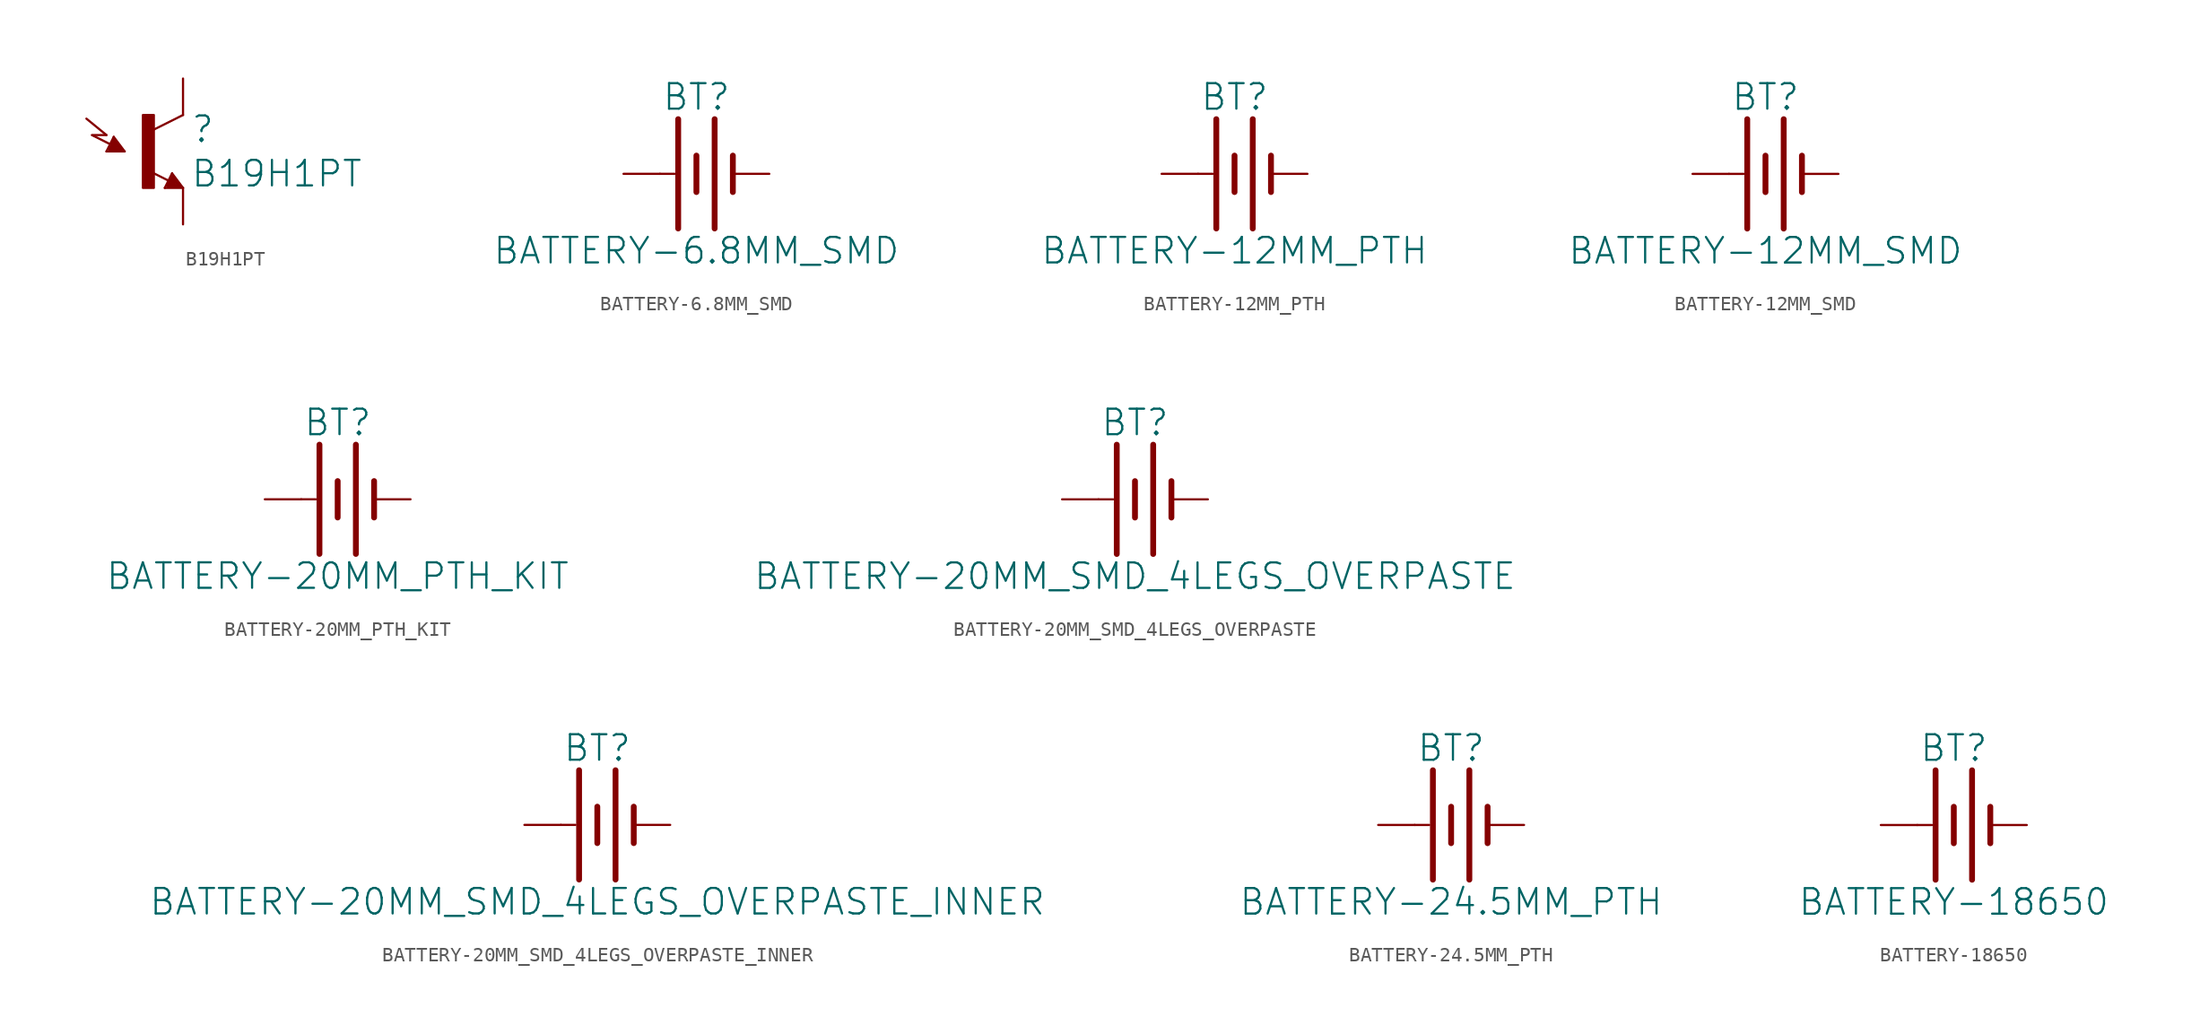
<source format=kicad_sym>
(kicad_symbol_lib
  (version 20211014)
  (generator kicad_symbol_editor)
  (symbol "B19H1PT"
    (property "Reference" ""
      (at 3.048 0.508 0)
      (effects (font (size 1.778 1.778)) (justify left bottom)))
    (property "Value" "B19H1PT"
      (at 3.048 -0.508 0)
      (effects (font (size 1.778 1.778)) (justify left top)))
    (property "ki_locked" ""
      (at 0 0 0)
      (effects (font (size 1.27 1.27))))
    (symbol "B19H1PT_1_0"
      (rectangle (start -0.254 -2.54) (end 0.508 2.54) (stroke (width 0) (type default) (color 0 0 0 0)) (fill (type outline)))
      (polyline (pts (xy -3.81 1.143) (xy -2.794 1.143)) (stroke (width 0.152) (type default) (color 0 0 0 0)) (fill (type none)))
      (polyline (pts (xy -2.794 0) (xy -2.286 1.016)) (stroke (width 0.152) (type default) (color 0 0 0 0)) (fill (type none)))
      (polyline (pts (xy -2.794 1.143) (xy -4.191 2.286)) (stroke (width 0.152) (type default) (color 0 0 0 0)) (fill (type none)))
      (polyline (pts (xy -2.54 0.127) (xy -1.778 0.127)) (stroke (width 0.254) (type default) (color 0 0 0 0)) (fill (type none)))
      (polyline (pts (xy -2.54 0.254) (xy -2.159 0.254)) (stroke (width 0.254) (type default) (color 0 0 0 0)) (fill (type none)))
      (polyline (pts (xy -2.524 0.5) (xy -3.756 1.116)) (stroke (width 0.152) (type default) (color 0 0 0 0)) (fill (type none)))
      (polyline (pts (xy -2.286 0.762) (xy -2.54 0.254)) (stroke (width 0.254) (type default) (color 0 0 0 0)) (fill (type none)))
      (polyline (pts (xy -2.286 1.016) (xy -1.524 0)) (stroke (width 0.152) (type default) (color 0 0 0 0)) (fill (type none)))
      (polyline (pts (xy -2.159 0.254) (xy -2.286 0.508)) (stroke (width 0.254) (type default) (color 0 0 0 0)) (fill (type none)))
      (polyline (pts (xy -1.778 0.127) (xy -2.286 0.762)) (stroke (width 0.254) (type default) (color 0 0 0 0)) (fill (type none)))
      (polyline (pts (xy -1.524 0) (xy -2.794 0)) (stroke (width 0.152) (type default) (color 0 0 0 0)) (fill (type none)))
      (polyline (pts (xy 1.27 -2.54) (xy 1.778 -1.524)) (stroke (width 0.152) (type default) (color 0 0 0 0)) (fill (type none)))
      (polyline (pts (xy 1.524 -2.413) (xy 2.286 -2.413)) (stroke (width 0.254) (type default) (color 0 0 0 0)) (fill (type none)))
      (polyline (pts (xy 1.524 -2.286) (xy 1.905 -2.286)) (stroke (width 0.254) (type default) (color 0 0 0 0)) (fill (type none)))
      (polyline (pts (xy 1.54 -2.04) (xy 0.308 -1.424)) (stroke (width 0.152) (type default) (color 0 0 0 0)) (fill (type none)))
      (polyline (pts (xy 1.778 -1.778) (xy 1.524 -2.286)) (stroke (width 0.254) (type default) (color 0 0 0 0)) (fill (type none)))
      (polyline (pts (xy 1.778 -1.524) (xy 2.54 -2.54)) (stroke (width 0.152) (type default) (color 0 0 0 0)) (fill (type none)))
      (polyline (pts (xy 1.905 -2.286) (xy 1.778 -2.032)) (stroke (width 0.254) (type default) (color 0 0 0 0)) (fill (type none)))
      (polyline (pts (xy 2.286 -2.413) (xy 1.778 -1.778)) (stroke (width 0.254) (type default) (color 0 0 0 0)) (fill (type none)))
      (polyline (pts (xy 2.54 -2.54) (xy 1.27 -2.54)) (stroke (width 0.152) (type default) (color 0 0 0 0)) (fill (type none)))
      (polyline (pts (xy 2.54 2.54) (xy 0.508 1.524)) (stroke (width 0.152) (type default) (color 0 0 0 0)) (fill (type none)))
      (pin passive line (at 2.54 5.08 270) (length 2.54) (name "C1" (effects (font (size 0 0)))) (number "P$1" (effects (font (size 0 0)))))
      (pin passive line (at 2.54 -5.08 90) (length 2.54) (name "E1" (effects (font (size 0 0)))) (number "P$2" (effects (font (size 0 0)))))))
  (symbol "BATTERY-6.8MM_SMD"
    (property "Reference" "BT"
      (at 0 4.318 0)
      (effects (font (size 1.778 1.778)) (justify bottom)))
    (property "Value" "BATTERY-6.8MM_SMD"
      (at 0 -4.318 0)
      (effects (font (size 1.778 1.778)) (justify top)))
    (property "ki_locked" ""
      (at 0 0 0)
      (effects (font (size 1.27 1.27))))
    (symbol "BATTERY-6.8MM_SMD_1_0"
      (polyline (pts (xy -2.54 0) (xy -1.524 0)) (stroke (width 0.152) (type default) (color 0 0 0 0)) (fill (type none)))
      (polyline (pts (xy -1.27 3.81) (xy -1.27 -3.81)) (stroke (width 0.406) (type default) (color 0 0 0 0)) (fill (type none)))
      (polyline (pts (xy 0 1.27) (xy 0 -1.27)) (stroke (width 0.406) (type default) (color 0 0 0 0)) (fill (type none)))
      (polyline (pts (xy 1.27 3.81) (xy 1.27 -3.81)) (stroke (width 0.406) (type default) (color 0 0 0 0)) (fill (type none)))
      (polyline (pts (xy 2.54 1.27) (xy 2.54 -1.27)) (stroke (width 0.406) (type default) (color 0 0 0 0)) (fill (type none)))
      (pin power_in line (at -5.08 0 0) (length 2.54) (name "+" (effects (font (size 0 0)))) (number "+" (effects (font (size 0 0)))))
      (pin power_in line (at 5.08 0 180) (length 2.54) (name "-" (effects (font (size 0 0)))) (number "-" (effects (font (size 0 0)))))))
  (symbol "BATTERY-12MM_PTH"
    (property "Reference" "BT"
      (at 0 4.318 0)
      (effects (font (size 1.778 1.778)) (justify bottom)))
    (property "Value" "BATTERY-12MM_PTH"
      (at 0 -4.318 0)
      (effects (font (size 1.778 1.778)) (justify top)))
    (property "ki_locked" ""
      (at 0 0 0)
      (effects (font (size 1.27 1.27))))
    (symbol "BATTERY-12MM_PTH_1_0"
      (polyline (pts (xy -2.54 0) (xy -1.524 0)) (stroke (width 0.152) (type default) (color 0 0 0 0)) (fill (type none)))
      (polyline (pts (xy -1.27 3.81) (xy -1.27 -3.81)) (stroke (width 0.406) (type default) (color 0 0 0 0)) (fill (type none)))
      (polyline (pts (xy 0 1.27) (xy 0 -1.27)) (stroke (width 0.406) (type default) (color 0 0 0 0)) (fill (type none)))
      (polyline (pts (xy 1.27 3.81) (xy 1.27 -3.81)) (stroke (width 0.406) (type default) (color 0 0 0 0)) (fill (type none)))
      (polyline (pts (xy 2.54 1.27) (xy 2.54 -1.27)) (stroke (width 0.406) (type default) (color 0 0 0 0)) (fill (type none)))
      (pin power_in line (at 5.08 0 180) (length 2.54) (name "-" (effects (font (size 0 0)))) (number "GND" (effects (font (size 0 0)))))
      (pin power_in line (at -5.08 0 0) (length 2.54) (name "+" (effects (font (size 0 0)))) (number "VCC@1" (effects (font (size 0 0)))))))
  (symbol "BATTERY-12MM_SMD"
    (property "Reference" "BT"
      (at 0 4.318 0)
      (effects (font (size 1.778 1.778)) (justify bottom)))
    (property "Value" "BATTERY-12MM_SMD"
      (at 0 -4.318 0)
      (effects (font (size 1.778 1.778)) (justify top)))
    (property "ki_locked" ""
      (at 0 0 0)
      (effects (font (size 1.27 1.27))))
    (symbol "BATTERY-12MM_SMD_1_0"
      (polyline (pts (xy -2.54 0) (xy -1.524 0)) (stroke (width 0.152) (type default) (color 0 0 0 0)) (fill (type none)))
      (polyline (pts (xy -1.27 3.81) (xy -1.27 -3.81)) (stroke (width 0.406) (type default) (color 0 0 0 0)) (fill (type none)))
      (polyline (pts (xy 0 1.27) (xy 0 -1.27)) (stroke (width 0.406) (type default) (color 0 0 0 0)) (fill (type none)))
      (polyline (pts (xy 1.27 3.81) (xy 1.27 -3.81)) (stroke (width 0.406) (type default) (color 0 0 0 0)) (fill (type none)))
      (polyline (pts (xy 2.54 1.27) (xy 2.54 -1.27)) (stroke (width 0.406) (type default) (color 0 0 0 0)) (fill (type none)))
      (pin power_in line (at 5.08 0 180) (length 2.54) (name "-" (effects (font (size 0 0)))) (number "GND" (effects (font (size 0 0)))))
      (pin power_in line (at -5.08 0 0) (length 2.54) (name "+" (effects (font (size 0 0)))) (number "PWR@1" (effects (font (size 0 0)))))))
  (symbol "BATTERY-20MM_PTH_KIT"
    (property "Reference" "BT"
      (at 0 4.318 0)
      (effects (font (size 1.778 1.778)) (justify bottom)))
    (property "Value" "BATTERY-20MM_PTH_KIT"
      (at 0 -4.318 0)
      (effects (font (size 1.778 1.778)) (justify top)))
    (property "ki_locked" ""
      (at 0 0 0)
      (effects (font (size 1.27 1.27))))
    (symbol "BATTERY-20MM_PTH_KIT_1_0"
      (polyline (pts (xy -2.54 0) (xy -1.524 0)) (stroke (width 0.152) (type default) (color 0 0 0 0)) (fill (type none)))
      (polyline (pts (xy -1.27 3.81) (xy -1.27 -3.81)) (stroke (width 0.406) (type default) (color 0 0 0 0)) (fill (type none)))
      (polyline (pts (xy 0 1.27) (xy 0 -1.27)) (stroke (width 0.406) (type default) (color 0 0 0 0)) (fill (type none)))
      (polyline (pts (xy 1.27 3.81) (xy 1.27 -3.81)) (stroke (width 0.406) (type default) (color 0 0 0 0)) (fill (type none)))
      (polyline (pts (xy 2.54 1.27) (xy 2.54 -1.27)) (stroke (width 0.406) (type default) (color 0 0 0 0)) (fill (type none)))
      (pin power_in line (at -5.08 0 0) (length 2.54) (name "+" (effects (font (size 0 0)))) (number "1" (effects (font (size 0 0)))))
      (pin power_in line (at 5.08 0 180) (length 2.54) (name "-" (effects (font (size 0 0)))) (number "2" (effects (font (size 0 0)))))))
  (symbol "BATTERY-20MM_SMD_4LEGS_OVERPASTE"
    (property "Reference" "BT"
      (at 0 4.318 0)
      (effects (font (size 1.778 1.778)) (justify bottom)))
    (property "Value" "BATTERY-20MM_SMD_4LEGS_OVERPASTE"
      (at 0 -4.318 0)
      (effects (font (size 1.778 1.778)) (justify top)))
    (property "ki_locked" ""
      (at 0 0 0)
      (effects (font (size 1.27 1.27))))
    (symbol "BATTERY-20MM_SMD_4LEGS_OVERPASTE_1_0"
      (polyline (pts (xy -2.54 0) (xy -1.524 0)) (stroke (width 0.152) (type default) (color 0 0 0 0)) (fill (type none)))
      (polyline (pts (xy -1.27 3.81) (xy -1.27 -3.81)) (stroke (width 0.406) (type default) (color 0 0 0 0)) (fill (type none)))
      (polyline (pts (xy 0 1.27) (xy 0 -1.27)) (stroke (width 0.406) (type default) (color 0 0 0 0)) (fill (type none)))
      (polyline (pts (xy 1.27 3.81) (xy 1.27 -3.81)) (stroke (width 0.406) (type default) (color 0 0 0 0)) (fill (type none)))
      (polyline (pts (xy 2.54 1.27) (xy 2.54 -1.27)) (stroke (width 0.406) (type default) (color 0 0 0 0)) (fill (type none)))
      (pin power_in line (at -5.08 0 0) (length 2.54) (name "+" (effects (font (size 0 0)))) (number "1" (effects (font (size 0 0)))))
      (pin power_in line (at 5.08 0 180) (length 2.54) (name "-" (effects (font (size 0 0)))) (number "2" (effects (font (size 0 0)))))))
  (symbol "BATTERY-20MM_SMD_4LEGS_OVERPASTE_INNER"
    (property "Reference" "BT"
      (at 0 4.318 0)
      (effects (font (size 1.778 1.778)) (justify bottom)))
    (property "Value" "BATTERY-20MM_SMD_4LEGS_OVERPASTE_INNER"
      (at 0 -4.318 0)
      (effects (font (size 1.778 1.778)) (justify top)))
    (property "ki_locked" ""
      (at 0 0 0)
      (effects (font (size 1.27 1.27))))
    (symbol "BATTERY-20MM_SMD_4LEGS_OVERPASTE_INNER_1_0"
      (polyline (pts (xy -2.54 0) (xy -1.524 0)) (stroke (width 0.152) (type default) (color 0 0 0 0)) (fill (type none)))
      (polyline (pts (xy -1.27 3.81) (xy -1.27 -3.81)) (stroke (width 0.406) (type default) (color 0 0 0 0)) (fill (type none)))
      (polyline (pts (xy 0 1.27) (xy 0 -1.27)) (stroke (width 0.406) (type default) (color 0 0 0 0)) (fill (type none)))
      (polyline (pts (xy 1.27 3.81) (xy 1.27 -3.81)) (stroke (width 0.406) (type default) (color 0 0 0 0)) (fill (type none)))
      (polyline (pts (xy 2.54 1.27) (xy 2.54 -1.27)) (stroke (width 0.406) (type default) (color 0 0 0 0)) (fill (type none)))
      (pin power_in line (at -5.08 0 0) (length 2.54) (name "+" (effects (font (size 0 0)))) (number "1" (effects (font (size 0 0)))))
      (pin power_in line (at 5.08 0 180) (length 2.54) (name "-" (effects (font (size 0 0)))) (number "2" (effects (font (size 0 0)))))))
  (symbol "BATTERY-24.5MM_PTH"
    (property "Reference" "BT"
      (at 0 4.318 0)
      (effects (font (size 1.778 1.778)) (justify bottom)))
    (property "Value" "BATTERY-24.5MM_PTH"
      (at 0 -4.318 0)
      (effects (font (size 1.778 1.778)) (justify top)))
    (property "ki_locked" ""
      (at 0 0 0)
      (effects (font (size 1.27 1.27))))
    (symbol "BATTERY-24.5MM_PTH_1_0"
      (polyline (pts (xy -2.54 0) (xy -1.524 0)) (stroke (width 0.152) (type default) (color 0 0 0 0)) (fill (type none)))
      (polyline (pts (xy -1.27 3.81) (xy -1.27 -3.81)) (stroke (width 0.406) (type default) (color 0 0 0 0)) (fill (type none)))
      (polyline (pts (xy 0 1.27) (xy 0 -1.27)) (stroke (width 0.406) (type default) (color 0 0 0 0)) (fill (type none)))
      (polyline (pts (xy 1.27 3.81) (xy 1.27 -3.81)) (stroke (width 0.406) (type default) (color 0 0 0 0)) (fill (type none)))
      (polyline (pts (xy 2.54 1.27) (xy 2.54 -1.27)) (stroke (width 0.406) (type default) (color 0 0 0 0)) (fill (type none)))
      (pin power_in line (at 5.08 0 180) (length 2.54) (name "-" (effects (font (size 0 0)))) (number "2" (effects (font (size 0 0)))))
      (pin power_in line (at -5.08 0 0) (length 2.54) (name "+" (effects (font (size 0 0)))) (number "3" (effects (font (size 0 0)))))))
  (symbol "BATTERY-18650"
    (property "Reference" "BT"
      (at 0 4.318 0)
      (effects (font (size 1.778 1.778)) (justify bottom)))
    (property "Value" "BATTERY-18650"
      (at 0 -4.318 0)
      (effects (font (size 1.778 1.778)) (justify top)))
    (property "ki_locked" ""
      (at 0 0 0)
      (effects (font (size 1.27 1.27))))
    (symbol "BATTERY-18650_1_0"
      (polyline (pts (xy -2.54 0) (xy -1.524 0)) (stroke (width 0.152) (type default) (color 0 0 0 0)) (fill (type none)))
      (polyline (pts (xy -1.27 3.81) (xy -1.27 -3.81)) (stroke (width 0.406) (type default) (color 0 0 0 0)) (fill (type none)))
      (polyline (pts (xy 0 1.27) (xy 0 -1.27)) (stroke (width 0.406) (type default) (color 0 0 0 0)) (fill (type none)))
      (polyline (pts (xy 1.27 3.81) (xy 1.27 -3.81)) (stroke (width 0.406) (type default) (color 0 0 0 0)) (fill (type none)))
      (polyline (pts (xy 2.54 1.27) (xy 2.54 -1.27)) (stroke (width 0.406) (type default) (color 0 0 0 0)) (fill (type none)))
      (pin power_in line (at 5.08 0 180) (length 2.54) (name "-" (effects (font (size 0 0)))) (number "GND@1" (effects (font (size 0 0)))))
      (pin power_in line (at -5.08 0 0) (length 2.54) (name "+" (effects (font (size 0 0)))) (number "PWR@1" (effects (font (size 0 0))))))))
</source>
